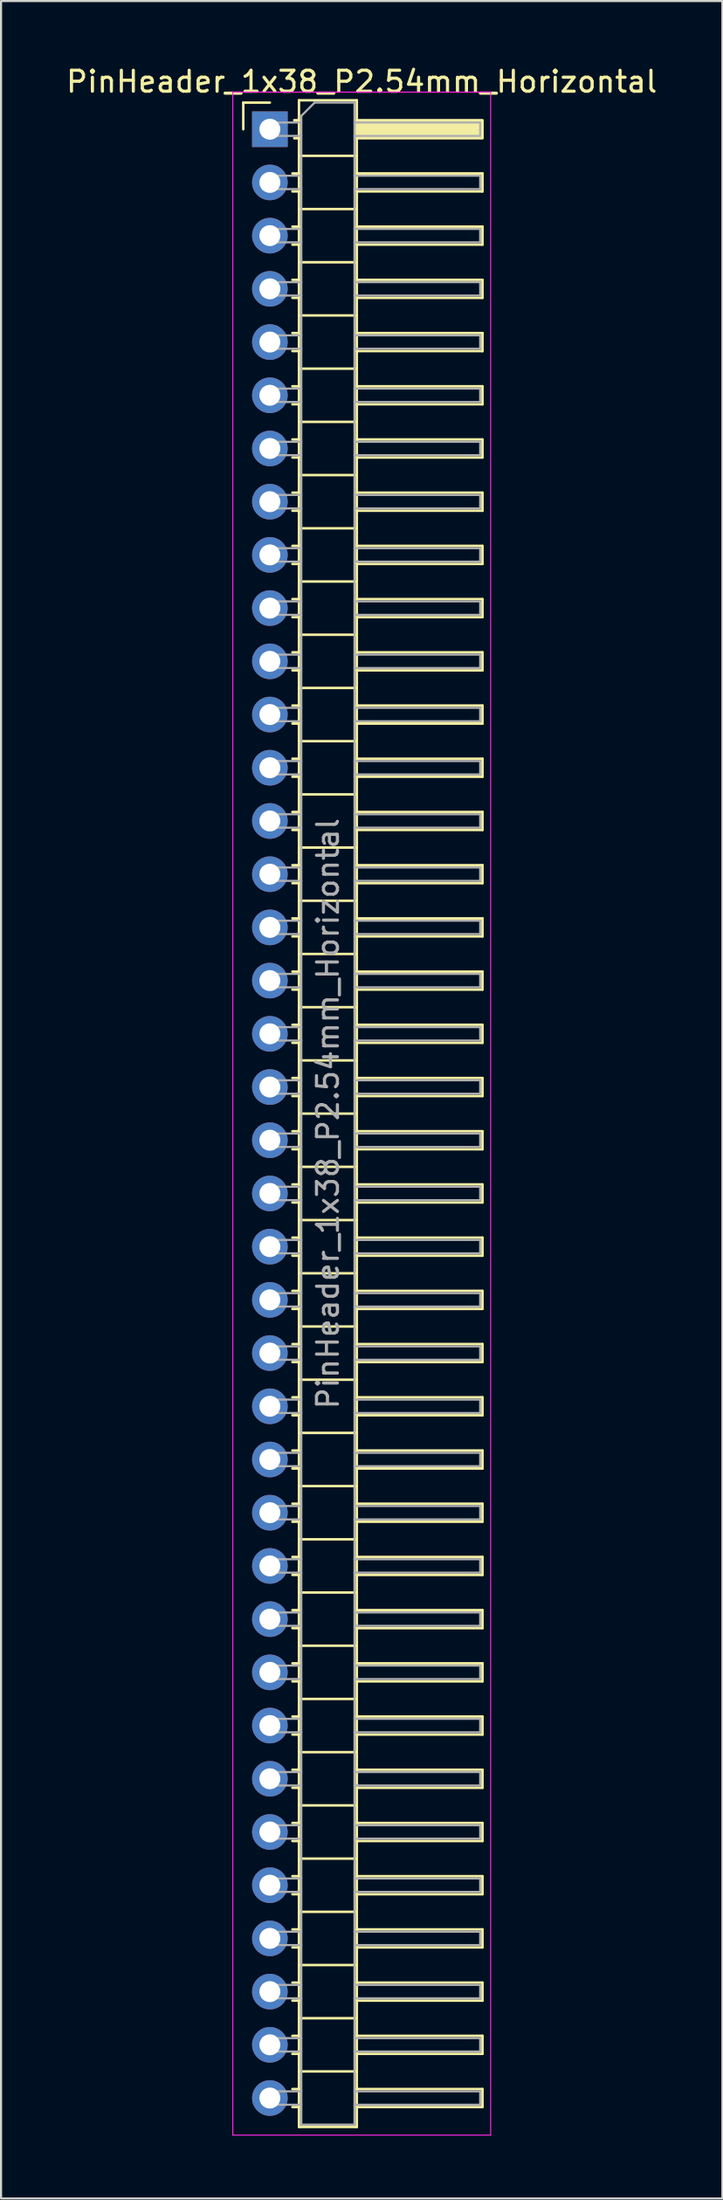
<source format=kicad_pcb>
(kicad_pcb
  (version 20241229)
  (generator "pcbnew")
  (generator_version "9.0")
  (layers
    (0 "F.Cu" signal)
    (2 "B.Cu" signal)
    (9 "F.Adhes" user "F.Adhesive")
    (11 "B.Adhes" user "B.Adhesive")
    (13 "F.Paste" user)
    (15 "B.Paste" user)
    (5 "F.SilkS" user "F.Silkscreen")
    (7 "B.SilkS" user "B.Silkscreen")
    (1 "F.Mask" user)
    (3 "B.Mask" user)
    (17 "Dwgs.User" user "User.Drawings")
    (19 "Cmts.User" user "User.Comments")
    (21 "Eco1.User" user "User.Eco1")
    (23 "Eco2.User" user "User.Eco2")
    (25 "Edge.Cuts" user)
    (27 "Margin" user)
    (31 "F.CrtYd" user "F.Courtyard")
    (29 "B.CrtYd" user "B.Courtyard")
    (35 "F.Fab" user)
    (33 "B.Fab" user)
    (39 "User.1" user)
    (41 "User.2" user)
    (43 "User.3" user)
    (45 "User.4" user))
  (footprint "PinHeader_1x38_P2.54mm_Horizontal"
    (layer "F.Cu")
    (at 9.835 3.118)
    (property "Reference" "PinHeader_1x38_P2.54mm_Horizontal" (at 4.385 -2.27 0) (layer "F.SilkS") (effects (font (size 1 1) (thickness 0.15))))
    (attr through_hole)
    (fp_line (start -1.27 -1.27) (end 0 -1.27) (stroke (width 0.12) (type solid)) (layer "F.SilkS"))
    (fp_line (start -1.27 0) (end -1.27 -1.27) (stroke (width 0.12) (type solid)) (layer "F.SilkS"))
    (fp_line (start 1.077 2.11) (end 1.39 2.11) (stroke (width 0.12) (type solid)) (layer "F.SilkS"))
    (fp_line (start 1.077 2.97) (end 1.39 2.97) (stroke (width 0.12) (type solid)) (layer "F.SilkS"))
    (fp_line (start 1.077 4.65) (end 1.39 4.65) (stroke (width 0.12) (type solid)) (layer "F.SilkS"))
    (fp_line (start 1.077 5.51) (end 1.39 5.51) (stroke (width 0.12) (type solid)) (layer "F.SilkS"))
    (fp_line (start 1.077 7.19) (end 1.39 7.19) (stroke (width 0.12) (type solid)) (layer "F.SilkS"))
    (fp_line (start 1.077 8.05) (end 1.39 8.05) (stroke (width 0.12) (type solid)) (layer "F.SilkS"))
    (fp_line (start 1.077 9.73) (end 1.39 9.73) (stroke (width 0.12) (type solid)) (layer "F.SilkS"))
    (fp_line (start 1.077 10.59) (end 1.39 10.59) (stroke (width 0.12) (type solid)) (layer "F.SilkS"))
    (fp_line (start 1.077 12.27) (end 1.39 12.27) (stroke (width 0.12) (type solid)) (layer "F.SilkS"))
    (fp_line (start 1.077 13.13) (end 1.39 13.13) (stroke (width 0.12) (type solid)) (layer "F.SilkS"))
    (fp_line (start 1.077 14.81) (end 1.39 14.81) (stroke (width 0.12) (type solid)) (layer "F.SilkS"))
    (fp_line (start 1.077 15.67) (end 1.39 15.67) (stroke (width 0.12) (type solid)) (layer "F.SilkS"))
    (fp_line (start 1.077 17.35) (end 1.39 17.35) (stroke (width 0.12) (type solid)) (layer "F.SilkS"))
    (fp_line (start 1.077 18.21) (end 1.39 18.21) (stroke (width 0.12) (type solid)) (layer "F.SilkS"))
    (fp_line (start 1.077 19.89) (end 1.39 19.89) (stroke (width 0.12) (type solid)) (layer "F.SilkS"))
    (fp_line (start 1.077 20.75) (end 1.39 20.75) (stroke (width 0.12) (type solid)) (layer "F.SilkS"))
    (fp_line (start 1.077 22.43) (end 1.39 22.43) (stroke (width 0.12) (type solid)) (layer "F.SilkS"))
    (fp_line (start 1.077 23.29) (end 1.39 23.29) (stroke (width 0.12) (type solid)) (layer "F.SilkS"))
    (fp_line (start 1.077 24.97) (end 1.39 24.97) (stroke (width 0.12) (type solid)) (layer "F.SilkS"))
    (fp_line (start 1.077 25.83) (end 1.39 25.83) (stroke (width 0.12) (type solid)) (layer "F.SilkS"))
    (fp_line (start 1.077 27.51) (end 1.39 27.51) (stroke (width 0.12) (type solid)) (layer "F.SilkS"))
    (fp_line (start 1.077 28.37) (end 1.39 28.37) (stroke (width 0.12) (type solid)) (layer "F.SilkS"))
    (fp_line (start 1.077 30.05) (end 1.39 30.05) (stroke (width 0.12) (type solid)) (layer "F.SilkS"))
    (fp_line (start 1.077 30.91) (end 1.39 30.91) (stroke (width 0.12) (type solid)) (layer "F.SilkS"))
    (fp_line (start 1.077 32.59) (end 1.39 32.59) (stroke (width 0.12) (type solid)) (layer "F.SilkS"))
    (fp_line (start 1.077 33.45) (end 1.39 33.45) (stroke (width 0.12) (type solid)) (layer "F.SilkS"))
    (fp_line (start 1.077 35.13) (end 1.39 35.13) (stroke (width 0.12) (type solid)) (layer "F.SilkS"))
    (fp_line (start 1.077 35.99) (end 1.39 35.99) (stroke (width 0.12) (type solid)) (layer "F.SilkS"))
    (fp_line (start 1.077 37.67) (end 1.39 37.67) (stroke (width 0.12) (type solid)) (layer "F.SilkS"))
    (fp_line (start 1.077 38.53) (end 1.39 38.53) (stroke (width 0.12) (type solid)) (layer "F.SilkS"))
    (fp_line (start 1.077 40.21) (end 1.39 40.21) (stroke (width 0.12) (type solid)) (layer "F.SilkS"))
    (fp_line (start 1.077 41.07) (end 1.39 41.07) (stroke (width 0.12) (type solid)) (layer "F.SilkS"))
    (fp_line (start 1.077 42.75) (end 1.39 42.75) (stroke (width 0.12) (type solid)) (layer "F.SilkS"))
    (fp_line (start 1.077 43.61) (end 1.39 43.61) (stroke (width 0.12) (type solid)) (layer "F.SilkS"))
    (fp_line (start 1.077 45.29) (end 1.39 45.29) (stroke (width 0.12) (type solid)) (layer "F.SilkS"))
    (fp_line (start 1.077 46.15) (end 1.39 46.15) (stroke (width 0.12) (type solid)) (layer "F.SilkS"))
    (fp_line (start 1.077 47.83) (end 1.39 47.83) (stroke (width 0.12) (type solid)) (layer "F.SilkS"))
    (fp_line (start 1.077 48.69) (end 1.39 48.69) (stroke (width 0.12) (type solid)) (layer "F.SilkS"))
    (fp_line (start 1.077 50.37) (end 1.39 50.37) (stroke (width 0.12) (type solid)) (layer "F.SilkS"))
    (fp_line (start 1.077 51.23) (end 1.39 51.23) (stroke (width 0.12) (type solid)) (layer "F.SilkS"))
    (fp_line (start 1.077 52.91) (end 1.39 52.91) (stroke (width 0.12) (type solid)) (layer "F.SilkS"))
    (fp_line (start 1.077 53.77) (end 1.39 53.77) (stroke (width 0.12) (type solid)) (layer "F.SilkS"))
    (fp_line (start 1.077 55.45) (end 1.39 55.45) (stroke (width 0.12) (type solid)) (layer "F.SilkS"))
    (fp_line (start 1.077 56.31) (end 1.39 56.31) (stroke (width 0.12) (type solid)) (layer "F.SilkS"))
    (fp_line (start 1.077 57.99) (end 1.39 57.99) (stroke (width 0.12) (type solid)) (layer "F.SilkS"))
    (fp_line (start 1.077 58.85) (end 1.39 58.85) (stroke (width 0.12) (type solid)) (layer "F.SilkS"))
    (fp_line (start 1.077 60.53) (end 1.39 60.53) (stroke (width 0.12) (type solid)) (layer "F.SilkS"))
    (fp_line (start 1.077 61.39) (end 1.39 61.39) (stroke (width 0.12) (type solid)) (layer "F.SilkS"))
    (fp_line (start 1.077 63.07) (end 1.39 63.07) (stroke (width 0.12) (type solid)) (layer "F.SilkS"))
    (fp_line (start 1.077 63.93) (end 1.39 63.93) (stroke (width 0.12) (type solid)) (layer "F.SilkS"))
    (fp_line (start 1.077 65.61) (end 1.39 65.61) (stroke (width 0.12) (type solid)) (layer "F.SilkS"))
    (fp_line (start 1.077 66.47) (end 1.39 66.47) (stroke (width 0.12) (type solid)) (layer "F.SilkS"))
    (fp_line (start 1.077 68.15) (end 1.39 68.15) (stroke (width 0.12) (type solid)) (layer "F.SilkS"))
    (fp_line (start 1.077 69.01) (end 1.39 69.01) (stroke (width 0.12) (type solid)) (layer "F.SilkS"))
    (fp_line (start 1.077 70.69) (end 1.39 70.69) (stroke (width 0.12) (type solid)) (layer "F.SilkS"))
    (fp_line (start 1.077 71.55) (end 1.39 71.55) (stroke (width 0.12) (type solid)) (layer "F.SilkS"))
    (fp_line (start 1.077 73.23) (end 1.39 73.23) (stroke (width 0.12) (type solid)) (layer "F.SilkS"))
    (fp_line (start 1.077 74.09) (end 1.39 74.09) (stroke (width 0.12) (type solid)) (layer "F.SilkS"))
    (fp_line (start 1.077 75.77) (end 1.39 75.77) (stroke (width 0.12) (type solid)) (layer "F.SilkS"))
    (fp_line (start 1.077 76.63) (end 1.39 76.63) (stroke (width 0.12) (type solid)) (layer "F.SilkS"))
    (fp_line (start 1.077 78.31) (end 1.39 78.31) (stroke (width 0.12) (type solid)) (layer "F.SilkS"))
    (fp_line (start 1.077 79.17) (end 1.39 79.17) (stroke (width 0.12) (type solid)) (layer "F.SilkS"))
    (fp_line (start 1.077 80.85) (end 1.39 80.85) (stroke (width 0.12) (type solid)) (layer "F.SilkS"))
    (fp_line (start 1.077 81.71) (end 1.39 81.71) (stroke (width 0.12) (type solid)) (layer "F.SilkS"))
    (fp_line (start 1.077 83.39) (end 1.39 83.39) (stroke (width 0.12) (type solid)) (layer "F.SilkS"))
    (fp_line (start 1.077 84.25) (end 1.39 84.25) (stroke (width 0.12) (type solid)) (layer "F.SilkS"))
    (fp_line (start 1.077 85.93) (end 1.39 85.93) (stroke (width 0.12) (type solid)) (layer "F.SilkS"))
    (fp_line (start 1.077 86.79) (end 1.39 86.79) (stroke (width 0.12) (type solid)) (layer "F.SilkS"))
    (fp_line (start 1.077 88.47) (end 1.39 88.47) (stroke (width 0.12) (type solid)) (layer "F.SilkS"))
    (fp_line (start 1.077 89.33) (end 1.39 89.33) (stroke (width 0.12) (type solid)) (layer "F.SilkS"))
    (fp_line (start 1.077 91.01) (end 1.39 91.01) (stroke (width 0.12) (type solid)) (layer "F.SilkS"))
    (fp_line (start 1.077 91.87) (end 1.39 91.87) (stroke (width 0.12) (type solid)) (layer "F.SilkS"))
    (fp_line (start 1.077 93.55) (end 1.39 93.55) (stroke (width 0.12) (type solid)) (layer "F.SilkS"))
    (fp_line (start 1.077 94.41) (end 1.39 94.41) (stroke (width 0.12) (type solid)) (layer "F.SilkS"))
    (fp_line (start 1.16 -0.43) (end 1.39 -0.43) (stroke (width 0.12) (type solid)) (layer "F.SilkS"))
    (fp_line (start 1.16 0.43) (end 1.39 0.43) (stroke (width 0.12) (type solid)) (layer "F.SilkS"))
    (fp_line (start 1.39 -1.38) (end 1.39 95.36) (stroke (width 0.12) (type solid)) (layer "F.SilkS"))
    (fp_line (start 1.39 1.27) (end 4.15 1.27) (stroke (width 0.12) (type solid)) (layer "F.SilkS"))
    (fp_line (start 1.39 3.81) (end 4.15 3.81) (stroke (width 0.12) (type solid)) (layer "F.SilkS"))
    (fp_line (start 1.39 6.35) (end 4.15 6.35) (stroke (width 0.12) (type solid)) (layer "F.SilkS"))
    (fp_line (start 1.39 8.89) (end 4.15 8.89) (stroke (width 0.12) (type solid)) (layer "F.SilkS"))
    (fp_line (start 1.39 11.43) (end 4.15 11.43) (stroke (width 0.12) (type solid)) (layer "F.SilkS"))
    (fp_line (start 1.39 13.97) (end 4.15 13.97) (stroke (width 0.12) (type solid)) (layer "F.SilkS"))
    (fp_line (start 1.39 16.51) (end 4.15 16.51) (stroke (width 0.12) (type solid)) (layer "F.SilkS"))
    (fp_line (start 1.39 19.05) (end 4.15 19.05) (stroke (width 0.12) (type solid)) (layer "F.SilkS"))
    (fp_line (start 1.39 21.59) (end 4.15 21.59) (stroke (width 0.12) (type solid)) (layer "F.SilkS"))
    (fp_line (start 1.39 24.13) (end 4.15 24.13) (stroke (width 0.12) (type solid)) (layer "F.SilkS"))
    (fp_line (start 1.39 26.67) (end 4.15 26.67) (stroke (width 0.12) (type solid)) (layer "F.SilkS"))
    (fp_line (start 1.39 29.21) (end 4.15 29.21) (stroke (width 0.12) (type solid)) (layer "F.SilkS"))
    (fp_line (start 1.39 31.75) (end 4.15 31.75) (stroke (width 0.12) (type solid)) (layer "F.SilkS"))
    (fp_line (start 1.39 34.29) (end 4.15 34.29) (stroke (width 0.12) (type solid)) (layer "F.SilkS"))
    (fp_line (start 1.39 36.83) (end 4.15 36.83) (stroke (width 0.12) (type solid)) (layer "F.SilkS"))
    (fp_line (start 1.39 39.37) (end 4.15 39.37) (stroke (width 0.12) (type solid)) (layer "F.SilkS"))
    (fp_line (start 1.39 41.91) (end 4.15 41.91) (stroke (width 0.12) (type solid)) (layer "F.SilkS"))
    (fp_line (start 1.39 44.45) (end 4.15 44.45) (stroke (width 0.12) (type solid)) (layer "F.SilkS"))
    (fp_line (start 1.39 46.99) (end 4.15 46.99) (stroke (width 0.12) (type solid)) (layer "F.SilkS"))
    (fp_line (start 1.39 49.53) (end 4.15 49.53) (stroke (width 0.12) (type solid)) (layer "F.SilkS"))
    (fp_line (start 1.39 52.07) (end 4.15 52.07) (stroke (width 0.12) (type solid)) (layer "F.SilkS"))
    (fp_line (start 1.39 54.61) (end 4.15 54.61) (stroke (width 0.12) (type solid)) (layer "F.SilkS"))
    (fp_line (start 1.39 57.15) (end 4.15 57.15) (stroke (width 0.12) (type solid)) (layer "F.SilkS"))
    (fp_line (start 1.39 59.69) (end 4.15 59.69) (stroke (width 0.12) (type solid)) (layer "F.SilkS"))
    (fp_line (start 1.39 62.23) (end 4.15 62.23) (stroke (width 0.12) (type solid)) (layer "F.SilkS"))
    (fp_line (start 1.39 64.77) (end 4.15 64.77) (stroke (width 0.12) (type solid)) (layer "F.SilkS"))
    (fp_line (start 1.39 67.31) (end 4.15 67.31) (stroke (width 0.12) (type solid)) (layer "F.SilkS"))
    (fp_line (start 1.39 69.85) (end 4.15 69.85) (stroke (width 0.12) (type solid)) (layer "F.SilkS"))
    (fp_line (start 1.39 72.39) (end 4.15 72.39) (stroke (width 0.12) (type solid)) (layer "F.SilkS"))
    (fp_line (start 1.39 74.93) (end 4.15 74.93) (stroke (width 0.12) (type solid)) (layer "F.SilkS"))
    (fp_line (start 1.39 77.47) (end 4.15 77.47) (stroke (width 0.12) (type solid)) (layer "F.SilkS"))
    (fp_line (start 1.39 80.01) (end 4.15 80.01) (stroke (width 0.12) (type solid)) (layer "F.SilkS"))
    (fp_line (start 1.39 82.55) (end 4.15 82.55) (stroke (width 0.12) (type solid)) (layer "F.SilkS"))
    (fp_line (start 1.39 85.09) (end 4.15 85.09) (stroke (width 0.12) (type solid)) (layer "F.SilkS"))
    (fp_line (start 1.39 87.63) (end 4.15 87.63) (stroke (width 0.12) (type solid)) (layer "F.SilkS"))
    (fp_line (start 1.39 90.17) (end 4.15 90.17) (stroke (width 0.12) (type solid)) (layer "F.SilkS"))
    (fp_line (start 1.39 92.71) (end 4.15 92.71) (stroke (width 0.12) (type solid)) (layer "F.SilkS"))
    (fp_line (start 1.39 95.36) (end 4.15 95.36) (stroke (width 0.12) (type solid)) (layer "F.SilkS"))
    (fp_line (start 4.15 -1.38) (end 1.39 -1.38) (stroke (width 0.12) (type solid)) (layer "F.SilkS"))
    (fp_line (start 4.15 2.11) (end 10.15 2.11) (stroke (width 0.12) (type solid)) (layer "F.SilkS"))
    (fp_line (start 4.15 4.65) (end 10.15 4.65) (stroke (width 0.12) (type solid)) (layer "F.SilkS"))
    (fp_line (start 4.15 7.19) (end 10.15 7.19) (stroke (width 0.12) (type solid)) (layer "F.SilkS"))
    (fp_line (start 4.15 9.73) (end 10.15 9.73) (stroke (width 0.12) (type solid)) (layer "F.SilkS"))
    (fp_line (start 4.15 12.27) (end 10.15 12.27) (stroke (width 0.12) (type solid)) (layer "F.SilkS"))
    (fp_line (start 4.15 14.81) (end 10.15 14.81) (stroke (width 0.12) (type solid)) (layer "F.SilkS"))
    (fp_line (start 4.15 17.35) (end 10.15 17.35) (stroke (width 0.12) (type solid)) (layer "F.SilkS"))
    (fp_line (start 4.15 19.89) (end 10.15 19.89) (stroke (width 0.12) (type solid)) (layer "F.SilkS"))
    (fp_line (start 4.15 22.43) (end 10.15 22.43) (stroke (width 0.12) (type solid)) (layer "F.SilkS"))
    (fp_line (start 4.15 24.97) (end 10.15 24.97) (stroke (width 0.12) (type solid)) (layer "F.SilkS"))
    (fp_line (start 4.15 27.51) (end 10.15 27.51) (stroke (width 0.12) (type solid)) (layer "F.SilkS"))
    (fp_line (start 4.15 30.05) (end 10.15 30.05) (stroke (width 0.12) (type solid)) (layer "F.SilkS"))
    (fp_line (start 4.15 32.59) (end 10.15 32.59) (stroke (width 0.12) (type solid)) (layer "F.SilkS"))
    (fp_line (start 4.15 35.13) (end 10.15 35.13) (stroke (width 0.12) (type solid)) (layer "F.SilkS"))
    (fp_line (start 4.15 37.67) (end 10.15 37.67) (stroke (width 0.12) (type solid)) (layer "F.SilkS"))
    (fp_line (start 4.15 40.21) (end 10.15 40.21) (stroke (width 0.12) (type solid)) (layer "F.SilkS"))
    (fp_line (start 4.15 42.75) (end 10.15 42.75) (stroke (width 0.12) (type solid)) (layer "F.SilkS"))
    (fp_line (start 4.15 45.29) (end 10.15 45.29) (stroke (width 0.12) (type solid)) (layer "F.SilkS"))
    (fp_line (start 4.15 47.83) (end 10.15 47.83) (stroke (width 0.12) (type solid)) (layer "F.SilkS"))
    (fp_line (start 4.15 50.37) (end 10.15 50.37) (stroke (width 0.12) (type solid)) (layer "F.SilkS"))
    (fp_line (start 4.15 52.91) (end 10.15 52.91) (stroke (width 0.12) (type solid)) (layer "F.SilkS"))
    (fp_line (start 4.15 55.45) (end 10.15 55.45) (stroke (width 0.12) (type solid)) (layer "F.SilkS"))
    (fp_line (start 4.15 57.99) (end 10.15 57.99) (stroke (width 0.12) (type solid)) (layer "F.SilkS"))
    (fp_line (start 4.15 60.53) (end 10.15 60.53) (stroke (width 0.12) (type solid)) (layer "F.SilkS"))
    (fp_line (start 4.15 63.07) (end 10.15 63.07) (stroke (width 0.12) (type solid)) (layer "F.SilkS"))
    (fp_line (start 4.15 65.61) (end 10.15 65.61) (stroke (width 0.12) (type solid)) (layer "F.SilkS"))
    (fp_line (start 4.15 68.15) (end 10.15 68.15) (stroke (width 0.12) (type solid)) (layer "F.SilkS"))
    (fp_line (start 4.15 70.69) (end 10.15 70.69) (stroke (width 0.12) (type solid)) (layer "F.SilkS"))
    (fp_line (start 4.15 73.23) (end 10.15 73.23) (stroke (width 0.12) (type solid)) (layer "F.SilkS"))
    (fp_line (start 4.15 75.77) (end 10.15 75.77) (stroke (width 0.12) (type solid)) (layer "F.SilkS"))
    (fp_line (start 4.15 78.31) (end 10.15 78.31) (stroke (width 0.12) (type solid)) (layer "F.SilkS"))
    (fp_line (start 4.15 80.85) (end 10.15 80.85) (stroke (width 0.12) (type solid)) (layer "F.SilkS"))
    (fp_line (start 4.15 83.39) (end 10.15 83.39) (stroke (width 0.12) (type solid)) (layer "F.SilkS"))
    (fp_line (start 4.15 85.93) (end 10.15 85.93) (stroke (width 0.12) (type solid)) (layer "F.SilkS"))
    (fp_line (start 4.15 88.47) (end 10.15 88.47) (stroke (width 0.12) (type solid)) (layer "F.SilkS"))
    (fp_line (start 4.15 91.01) (end 10.15 91.01) (stroke (width 0.12) (type solid)) (layer "F.SilkS"))
    (fp_line (start 4.15 93.55) (end 10.15 93.55) (stroke (width 0.12) (type solid)) (layer "F.SilkS"))
    (fp_line (start 4.15 95.36) (end 4.15 -1.38) (stroke (width 0.12) (type solid)) (layer "F.SilkS"))
    (fp_line (start 10.15 2.11) (end 10.15 2.97) (stroke (width 0.12) (type solid)) (layer "F.SilkS"))
    (fp_line (start 10.15 2.97) (end 4.15 2.97) (stroke (width 0.12) (type solid)) (layer "F.SilkS"))
    (fp_line (start 10.15 4.65) (end 10.15 5.51) (stroke (width 0.12) (type solid)) (layer "F.SilkS"))
    (fp_line (start 10.15 5.51) (end 4.15 5.51) (stroke (width 0.12) (type solid)) (layer "F.SilkS"))
    (fp_line (start 10.15 7.19) (end 10.15 8.05) (stroke (width 0.12) (type solid)) (layer "F.SilkS"))
    (fp_line (start 10.15 8.05) (end 4.15 8.05) (stroke (width 0.12) (type solid)) (layer "F.SilkS"))
    (fp_line (start 10.15 9.73) (end 10.15 10.59) (stroke (width 0.12) (type solid)) (layer "F.SilkS"))
    (fp_line (start 10.15 10.59) (end 4.15 10.59) (stroke (width 0.12) (type solid)) (layer "F.SilkS"))
    (fp_line (start 10.15 12.27) (end 10.15 13.13) (stroke (width 0.12) (type solid)) (layer "F.SilkS"))
    (fp_line (start 10.15 13.13) (end 4.15 13.13) (stroke (width 0.12) (type solid)) (layer "F.SilkS"))
    (fp_line (start 10.15 14.81) (end 10.15 15.67) (stroke (width 0.12) (type solid)) (layer "F.SilkS"))
    (fp_line (start 10.15 15.67) (end 4.15 15.67) (stroke (width 0.12) (type solid)) (layer "F.SilkS"))
    (fp_line (start 10.15 17.35) (end 10.15 18.21) (stroke (width 0.12) (type solid)) (layer "F.SilkS"))
    (fp_line (start 10.15 18.21) (end 4.15 18.21) (stroke (width 0.12) (type solid)) (layer "F.SilkS"))
    (fp_line (start 10.15 19.89) (end 10.15 20.75) (stroke (width 0.12) (type solid)) (layer "F.SilkS"))
    (fp_line (start 10.15 20.75) (end 4.15 20.75) (stroke (width 0.12) (type solid)) (layer "F.SilkS"))
    (fp_line (start 10.15 22.43) (end 10.15 23.29) (stroke (width 0.12) (type solid)) (layer "F.SilkS"))
    (fp_line (start 10.15 23.29) (end 4.15 23.29) (stroke (width 0.12) (type solid)) (layer "F.SilkS"))
    (fp_line (start 10.15 24.97) (end 10.15 25.83) (stroke (width 0.12) (type solid)) (layer "F.SilkS"))
    (fp_line (start 10.15 25.83) (end 4.15 25.83) (stroke (width 0.12) (type solid)) (layer "F.SilkS"))
    (fp_line (start 10.15 27.51) (end 10.15 28.37) (stroke (width 0.12) (type solid)) (layer "F.SilkS"))
    (fp_line (start 10.15 28.37) (end 4.15 28.37) (stroke (width 0.12) (type solid)) (layer "F.SilkS"))
    (fp_line (start 10.15 30.05) (end 10.15 30.91) (stroke (width 0.12) (type solid)) (layer "F.SilkS"))
    (fp_line (start 10.15 30.91) (end 4.15 30.91) (stroke (width 0.12) (type solid)) (layer "F.SilkS"))
    (fp_line (start 10.15 32.59) (end 10.15 33.45) (stroke (width 0.12) (type solid)) (layer "F.SilkS"))
    (fp_line (start 10.15 33.45) (end 4.15 33.45) (stroke (width 0.12) (type solid)) (layer "F.SilkS"))
    (fp_line (start 10.15 35.13) (end 10.15 35.99) (stroke (width 0.12) (type solid)) (layer "F.SilkS"))
    (fp_line (start 10.15 35.99) (end 4.15 35.99) (stroke (width 0.12) (type solid)) (layer "F.SilkS"))
    (fp_line (start 10.15 37.67) (end 10.15 38.53) (stroke (width 0.12) (type solid)) (layer "F.SilkS"))
    (fp_line (start 10.15 38.53) (end 4.15 38.53) (stroke (width 0.12) (type solid)) (layer "F.SilkS"))
    (fp_line (start 10.15 40.21) (end 10.15 41.07) (stroke (width 0.12) (type solid)) (layer "F.SilkS"))
    (fp_line (start 10.15 41.07) (end 4.15 41.07) (stroke (width 0.12) (type solid)) (layer "F.SilkS"))
    (fp_line (start 10.15 42.75) (end 10.15 43.61) (stroke (width 0.12) (type solid)) (layer "F.SilkS"))
    (fp_line (start 10.15 43.61) (end 4.15 43.61) (stroke (width 0.12) (type solid)) (layer "F.SilkS"))
    (fp_line (start 10.15 45.29) (end 10.15 46.15) (stroke (width 0.12) (type solid)) (layer "F.SilkS"))
    (fp_line (start 10.15 46.15) (end 4.15 46.15) (stroke (width 0.12) (type solid)) (layer "F.SilkS"))
    (fp_line (start 10.15 47.83) (end 10.15 48.69) (stroke (width 0.12) (type solid)) (layer "F.SilkS"))
    (fp_line (start 10.15 48.69) (end 4.15 48.69) (stroke (width 0.12) (type solid)) (layer "F.SilkS"))
    (fp_line (start 10.15 50.37) (end 10.15 51.23) (stroke (width 0.12) (type solid)) (layer "F.SilkS"))
    (fp_line (start 10.15 51.23) (end 4.15 51.23) (stroke (width 0.12) (type solid)) (layer "F.SilkS"))
    (fp_line (start 10.15 52.91) (end 10.15 53.77) (stroke (width 0.12) (type solid)) (layer "F.SilkS"))
    (fp_line (start 10.15 53.77) (end 4.15 53.77) (stroke (width 0.12) (type solid)) (layer "F.SilkS"))
    (fp_line (start 10.15 55.45) (end 10.15 56.31) (stroke (width 0.12) (type solid)) (layer "F.SilkS"))
    (fp_line (start 10.15 56.31) (end 4.15 56.31) (stroke (width 0.12) (type solid)) (layer "F.SilkS"))
    (fp_line (start 10.15 57.99) (end 10.15 58.85) (stroke (width 0.12) (type solid)) (layer "F.SilkS"))
    (fp_line (start 10.15 58.85) (end 4.15 58.85) (stroke (width 0.12) (type solid)) (layer "F.SilkS"))
    (fp_line (start 10.15 60.53) (end 10.15 61.39) (stroke (width 0.12) (type solid)) (layer "F.SilkS"))
    (fp_line (start 10.15 61.39) (end 4.15 61.39) (stroke (width 0.12) (type solid)) (layer "F.SilkS"))
    (fp_line (start 10.15 63.07) (end 10.15 63.93) (stroke (width 0.12) (type solid)) (layer "F.SilkS"))
    (fp_line (start 10.15 63.93) (end 4.15 63.93) (stroke (width 0.12) (type solid)) (layer "F.SilkS"))
    (fp_line (start 10.15 65.61) (end 10.15 66.47) (stroke (width 0.12) (type solid)) (layer "F.SilkS"))
    (fp_line (start 10.15 66.47) (end 4.15 66.47) (stroke (width 0.12) (type solid)) (layer "F.SilkS"))
    (fp_line (start 10.15 68.15) (end 10.15 69.01) (stroke (width 0.12) (type solid)) (layer "F.SilkS"))
    (fp_line (start 10.15 69.01) (end 4.15 69.01) (stroke (width 0.12) (type solid)) (layer "F.SilkS"))
    (fp_line (start 10.15 70.69) (end 10.15 71.55) (stroke (width 0.12) (type solid)) (layer "F.SilkS"))
    (fp_line (start 10.15 71.55) (end 4.15 71.55) (stroke (width 0.12) (type solid)) (layer "F.SilkS"))
    (fp_line (start 10.15 73.23) (end 10.15 74.09) (stroke (width 0.12) (type solid)) (layer "F.SilkS"))
    (fp_line (start 10.15 74.09) (end 4.15 74.09) (stroke (width 0.12) (type solid)) (layer "F.SilkS"))
    (fp_line (start 10.15 75.77) (end 10.15 76.63) (stroke (width 0.12) (type solid)) (layer "F.SilkS"))
    (fp_line (start 10.15 76.63) (end 4.15 76.63) (stroke (width 0.12) (type solid)) (layer "F.SilkS"))
    (fp_line (start 10.15 78.31) (end 10.15 79.17) (stroke (width 0.12) (type solid)) (layer "F.SilkS"))
    (fp_line (start 10.15 79.17) (end 4.15 79.17) (stroke (width 0.12) (type solid)) (layer "F.SilkS"))
    (fp_line (start 10.15 80.85) (end 10.15 81.71) (stroke (width 0.12) (type solid)) (layer "F.SilkS"))
    (fp_line (start 10.15 81.71) (end 4.15 81.71) (stroke (width 0.12) (type solid)) (layer "F.SilkS"))
    (fp_line (start 10.15 83.39) (end 10.15 84.25) (stroke (width 0.12) (type solid)) (layer "F.SilkS"))
    (fp_line (start 10.15 84.25) (end 4.15 84.25) (stroke (width 0.12) (type solid)) (layer "F.SilkS"))
    (fp_line (start 10.15 85.93) (end 10.15 86.79) (stroke (width 0.12) (type solid)) (layer "F.SilkS"))
    (fp_line (start 10.15 86.79) (end 4.15 86.79) (stroke (width 0.12) (type solid)) (layer "F.SilkS"))
    (fp_line (start 10.15 88.47) (end 10.15 89.33) (stroke (width 0.12) (type solid)) (layer "F.SilkS"))
    (fp_line (start 10.15 89.33) (end 4.15 89.33) (stroke (width 0.12) (type solid)) (layer "F.SilkS"))
    (fp_line (start 10.15 91.01) (end 10.15 91.87) (stroke (width 0.12) (type solid)) (layer "F.SilkS"))
    (fp_line (start 10.15 91.87) (end 4.15 91.87) (stroke (width 0.12) (type solid)) (layer "F.SilkS"))
    (fp_line (start 10.15 93.55) (end 10.15 94.41) (stroke (width 0.12) (type solid)) (layer "F.SilkS"))
    (fp_line (start 10.15 94.41) (end 4.15 94.41) (stroke (width 0.12) (type solid)) (layer "F.SilkS"))
    (fp_rect (start 4.15 -0.43) (end 10.15 0.43) (stroke (width 0.12) (type solid)) (fill yes) (layer "F.SilkS"))
    (fp_line (start -1.77 -1.77) (end -1.77 95.75) (stroke (width 0.05) (type solid)) (layer "F.CrtYd"))
    (fp_line (start -1.77 95.75) (end 10.54 95.75) (stroke (width 0.05) (type solid)) (layer "F.CrtYd"))
    (fp_line (start 10.54 -1.77) (end -1.77 -1.77) (stroke (width 0.05) (type solid)) (layer "F.CrtYd"))
    (fp_line (start 10.54 95.75) (end 10.54 -1.77) (stroke (width 0.05) (type solid)) (layer "F.CrtYd"))
    (fp_line (start -0.32 -0.32) (end -0.32 0.32) (stroke (width 0.1) (type solid)) (layer "F.Fab"))
    (fp_line (start -0.32 -0.32) (end 1.5 -0.32) (stroke (width 0.1) (type solid)) (layer "F.Fab"))
    (fp_line (start -0.32 0.32) (end 1.5 0.32) (stroke (width 0.1) (type solid)) (layer "F.Fab"))
    (fp_line (start -0.32 2.22) (end -0.32 2.86) (stroke (width 0.1) (type solid)) (layer "F.Fab"))
    (fp_line (start -0.32 2.22) (end 1.5 2.22) (stroke (width 0.1) (type solid)) (layer "F.Fab"))
    (fp_line (start -0.32 2.86) (end 1.5 2.86) (stroke (width 0.1) (type solid)) (layer "F.Fab"))
    (fp_line (start -0.32 4.76) (end -0.32 5.4) (stroke (width 0.1) (type solid)) (layer "F.Fab"))
    (fp_line (start -0.32 4.76) (end 1.5 4.76) (stroke (width 0.1) (type solid)) (layer "F.Fab"))
    (fp_line (start -0.32 5.4) (end 1.5 5.4) (stroke (width 0.1) (type solid)) (layer "F.Fab"))
    (fp_line (start -0.32 7.3) (end -0.32 7.94) (stroke (width 0.1) (type solid)) (layer "F.Fab"))
    (fp_line (start -0.32 7.3) (end 1.5 7.3) (stroke (width 0.1) (type solid)) (layer "F.Fab"))
    (fp_line (start -0.32 7.94) (end 1.5 7.94) (stroke (width 0.1) (type solid)) (layer "F.Fab"))
    (fp_line (start -0.32 9.84) (end -0.32 10.48) (stroke (width 0.1) (type solid)) (layer "F.Fab"))
    (fp_line (start -0.32 9.84) (end 1.5 9.84) (stroke (width 0.1) (type solid)) (layer "F.Fab"))
    (fp_line (start -0.32 10.48) (end 1.5 10.48) (stroke (width 0.1) (type solid)) (layer "F.Fab"))
    (fp_line (start -0.32 12.38) (end -0.32 13.02) (stroke (width 0.1) (type solid)) (layer "F.Fab"))
    (fp_line (start -0.32 12.38) (end 1.5 12.38) (stroke (width 0.1) (type solid)) (layer "F.Fab"))
    (fp_line (start -0.32 13.02) (end 1.5 13.02) (stroke (width 0.1) (type solid)) (layer "F.Fab"))
    (fp_line (start -0.32 14.92) (end -0.32 15.56) (stroke (width 0.1) (type solid)) (layer "F.Fab"))
    (fp_line (start -0.32 14.92) (end 1.5 14.92) (stroke (width 0.1) (type solid)) (layer "F.Fab"))
    (fp_line (start -0.32 15.56) (end 1.5 15.56) (stroke (width 0.1) (type solid)) (layer "F.Fab"))
    (fp_line (start -0.32 17.46) (end -0.32 18.1) (stroke (width 0.1) (type solid)) (layer "F.Fab"))
    (fp_line (start -0.32 17.46) (end 1.5 17.46) (stroke (width 0.1) (type solid)) (layer "F.Fab"))
    (fp_line (start -0.32 18.1) (end 1.5 18.1) (stroke (width 0.1) (type solid)) (layer "F.Fab"))
    (fp_line (start -0.32 20) (end -0.32 20.64) (stroke (width 0.1) (type solid)) (layer "F.Fab"))
    (fp_line (start -0.32 20) (end 1.5 20) (stroke (width 0.1) (type solid)) (layer "F.Fab"))
    (fp_line (start -0.32 20.64) (end 1.5 20.64) (stroke (width 0.1) (type solid)) (layer "F.Fab"))
    (fp_line (start -0.32 22.54) (end -0.32 23.18) (stroke (width 0.1) (type solid)) (layer "F.Fab"))
    (fp_line (start -0.32 22.54) (end 1.5 22.54) (stroke (width 0.1) (type solid)) (layer "F.Fab"))
    (fp_line (start -0.32 23.18) (end 1.5 23.18) (stroke (width 0.1) (type solid)) (layer "F.Fab"))
    (fp_line (start -0.32 25.08) (end -0.32 25.72) (stroke (width 0.1) (type solid)) (layer "F.Fab"))
    (fp_line (start -0.32 25.08) (end 1.5 25.08) (stroke (width 0.1) (type solid)) (layer "F.Fab"))
    (fp_line (start -0.32 25.72) (end 1.5 25.72) (stroke (width 0.1) (type solid)) (layer "F.Fab"))
    (fp_line (start -0.32 27.62) (end -0.32 28.26) (stroke (width 0.1) (type solid)) (layer "F.Fab"))
    (fp_line (start -0.32 27.62) (end 1.5 27.62) (stroke (width 0.1) (type solid)) (layer "F.Fab"))
    (fp_line (start -0.32 28.26) (end 1.5 28.26) (stroke (width 0.1) (type solid)) (layer "F.Fab"))
    (fp_line (start -0.32 30.16) (end -0.32 30.8) (stroke (width 0.1) (type solid)) (layer "F.Fab"))
    (fp_line (start -0.32 30.16) (end 1.5 30.16) (stroke (width 0.1) (type solid)) (layer "F.Fab"))
    (fp_line (start -0.32 30.8) (end 1.5 30.8) (stroke (width 0.1) (type solid)) (layer "F.Fab"))
    (fp_line (start -0.32 32.7) (end -0.32 33.34) (stroke (width 0.1) (type solid)) (layer "F.Fab"))
    (fp_line (start -0.32 32.7) (end 1.5 32.7) (stroke (width 0.1) (type solid)) (layer "F.Fab"))
    (fp_line (start -0.32 33.34) (end 1.5 33.34) (stroke (width 0.1) (type solid)) (layer "F.Fab"))
    (fp_line (start -0.32 35.24) (end -0.32 35.88) (stroke (width 0.1) (type solid)) (layer "F.Fab"))
    (fp_line (start -0.32 35.24) (end 1.5 35.24) (stroke (width 0.1) (type solid)) (layer "F.Fab"))
    (fp_line (start -0.32 35.88) (end 1.5 35.88) (stroke (width 0.1) (type solid)) (layer "F.Fab"))
    (fp_line (start -0.32 37.78) (end -0.32 38.42) (stroke (width 0.1) (type solid)) (layer "F.Fab"))
    (fp_line (start -0.32 37.78) (end 1.5 37.78) (stroke (width 0.1) (type solid)) (layer "F.Fab"))
    (fp_line (start -0.32 38.42) (end 1.5 38.42) (stroke (width 0.1) (type solid)) (layer "F.Fab"))
    (fp_line (start -0.32 40.32) (end -0.32 40.96) (stroke (width 0.1) (type solid)) (layer "F.Fab"))
    (fp_line (start -0.32 40.32) (end 1.5 40.32) (stroke (width 0.1) (type solid)) (layer "F.Fab"))
    (fp_line (start -0.32 40.96) (end 1.5 40.96) (stroke (width 0.1) (type solid)) (layer "F.Fab"))
    (fp_line (start -0.32 42.86) (end -0.32 43.5) (stroke (width 0.1) (type solid)) (layer "F.Fab"))
    (fp_line (start -0.32 42.86) (end 1.5 42.86) (stroke (width 0.1) (type solid)) (layer "F.Fab"))
    (fp_line (start -0.32 43.5) (end 1.5 43.5) (stroke (width 0.1) (type solid)) (layer "F.Fab"))
    (fp_line (start -0.32 45.4) (end -0.32 46.04) (stroke (width 0.1) (type solid)) (layer "F.Fab"))
    (fp_line (start -0.32 45.4) (end 1.5 45.4) (stroke (width 0.1) (type solid)) (layer "F.Fab"))
    (fp_line (start -0.32 46.04) (end 1.5 46.04) (stroke (width 0.1) (type solid)) (layer "F.Fab"))
    (fp_line (start -0.32 47.94) (end -0.32 48.58) (stroke (width 0.1) (type solid)) (layer "F.Fab"))
    (fp_line (start -0.32 47.94) (end 1.5 47.94) (stroke (width 0.1) (type solid)) (layer "F.Fab"))
    (fp_line (start -0.32 48.58) (end 1.5 48.58) (stroke (width 0.1) (type solid)) (layer "F.Fab"))
    (fp_line (start -0.32 50.48) (end -0.32 51.12) (stroke (width 0.1) (type solid)) (layer "F.Fab"))
    (fp_line (start -0.32 50.48) (end 1.5 50.48) (stroke (width 0.1) (type solid)) (layer "F.Fab"))
    (fp_line (start -0.32 51.12) (end 1.5 51.12) (stroke (width 0.1) (type solid)) (layer "F.Fab"))
    (fp_line (start -0.32 53.02) (end -0.32 53.66) (stroke (width 0.1) (type solid)) (layer "F.Fab"))
    (fp_line (start -0.32 53.02) (end 1.5 53.02) (stroke (width 0.1) (type solid)) (layer "F.Fab"))
    (fp_line (start -0.32 53.66) (end 1.5 53.66) (stroke (width 0.1) (type solid)) (layer "F.Fab"))
    (fp_line (start -0.32 55.56) (end -0.32 56.2) (stroke (width 0.1) (type solid)) (layer "F.Fab"))
    (fp_line (start -0.32 55.56) (end 1.5 55.56) (stroke (width 0.1) (type solid)) (layer "F.Fab"))
    (fp_line (start -0.32 56.2) (end 1.5 56.2) (stroke (width 0.1) (type solid)) (layer "F.Fab"))
    (fp_line (start -0.32 58.1) (end -0.32 58.74) (stroke (width 0.1) (type solid)) (layer "F.Fab"))
    (fp_line (start -0.32 58.1) (end 1.5 58.1) (stroke (width 0.1) (type solid)) (layer "F.Fab"))
    (fp_line (start -0.32 58.74) (end 1.5 58.74) (stroke (width 0.1) (type solid)) (layer "F.Fab"))
    (fp_line (start -0.32 60.64) (end -0.32 61.28) (stroke (width 0.1) (type solid)) (layer "F.Fab"))
    (fp_line (start -0.32 60.64) (end 1.5 60.64) (stroke (width 0.1) (type solid)) (layer "F.Fab"))
    (fp_line (start -0.32 61.28) (end 1.5 61.28) (stroke (width 0.1) (type solid)) (layer "F.Fab"))
    (fp_line (start -0.32 63.18) (end -0.32 63.82) (stroke (width 0.1) (type solid)) (layer "F.Fab"))
    (fp_line (start -0.32 63.18) (end 1.5 63.18) (stroke (width 0.1) (type solid)) (layer "F.Fab"))
    (fp_line (start -0.32 63.82) (end 1.5 63.82) (stroke (width 0.1) (type solid)) (layer "F.Fab"))
    (fp_line (start -0.32 65.72) (end -0.32 66.36) (stroke (width 0.1) (type solid)) (layer "F.Fab"))
    (fp_line (start -0.32 65.72) (end 1.5 65.72) (stroke (width 0.1) (type solid)) (layer "F.Fab"))
    (fp_line (start -0.32 66.36) (end 1.5 66.36) (stroke (width 0.1) (type solid)) (layer "F.Fab"))
    (fp_line (start -0.32 68.26) (end -0.32 68.9) (stroke (width 0.1) (type solid)) (layer "F.Fab"))
    (fp_line (start -0.32 68.26) (end 1.5 68.26) (stroke (width 0.1) (type solid)) (layer "F.Fab"))
    (fp_line (start -0.32 68.9) (end 1.5 68.9) (stroke (width 0.1) (type solid)) (layer "F.Fab"))
    (fp_line (start -0.32 70.8) (end -0.32 71.44) (stroke (width 0.1) (type solid)) (layer "F.Fab"))
    (fp_line (start -0.32 70.8) (end 1.5 70.8) (stroke (width 0.1) (type solid)) (layer "F.Fab"))
    (fp_line (start -0.32 71.44) (end 1.5 71.44) (stroke (width 0.1) (type solid)) (layer "F.Fab"))
    (fp_line (start -0.32 73.34) (end -0.32 73.98) (stroke (width 0.1) (type solid)) (layer "F.Fab"))
    (fp_line (start -0.32 73.34) (end 1.5 73.34) (stroke (width 0.1) (type solid)) (layer "F.Fab"))
    (fp_line (start -0.32 73.98) (end 1.5 73.98) (stroke (width 0.1) (type solid)) (layer "F.Fab"))
    (fp_line (start -0.32 75.88) (end -0.32 76.52) (stroke (width 0.1) (type solid)) (layer "F.Fab"))
    (fp_line (start -0.32 75.88) (end 1.5 75.88) (stroke (width 0.1) (type solid)) (layer "F.Fab"))
    (fp_line (start -0.32 76.52) (end 1.5 76.52) (stroke (width 0.1) (type solid)) (layer "F.Fab"))
    (fp_line (start -0.32 78.42) (end -0.32 79.06) (stroke (width 0.1) (type solid)) (layer "F.Fab"))
    (fp_line (start -0.32 78.42) (end 1.5 78.42) (stroke (width 0.1) (type solid)) (layer "F.Fab"))
    (fp_line (start -0.32 79.06) (end 1.5 79.06) (stroke (width 0.1) (type solid)) (layer "F.Fab"))
    (fp_line (start -0.32 80.96) (end -0.32 81.6) (stroke (width 0.1) (type solid)) (layer "F.Fab"))
    (fp_line (start -0.32 80.96) (end 1.5 80.96) (stroke (width 0.1) (type solid)) (layer "F.Fab"))
    (fp_line (start -0.32 81.6) (end 1.5 81.6) (stroke (width 0.1) (type solid)) (layer "F.Fab"))
    (fp_line (start -0.32 83.5) (end -0.32 84.14) (stroke (width 0.1) (type solid)) (layer "F.Fab"))
    (fp_line (start -0.32 83.5) (end 1.5 83.5) (stroke (width 0.1) (type solid)) (layer "F.Fab"))
    (fp_line (start -0.32 84.14) (end 1.5 84.14) (stroke (width 0.1) (type solid)) (layer "F.Fab"))
    (fp_line (start -0.32 86.04) (end -0.32 86.68) (stroke (width 0.1) (type solid)) (layer "F.Fab"))
    (fp_line (start -0.32 86.04) (end 1.5 86.04) (stroke (width 0.1) (type solid)) (layer "F.Fab"))
    (fp_line (start -0.32 86.68) (end 1.5 86.68) (stroke (width 0.1) (type solid)) (layer "F.Fab"))
    (fp_line (start -0.32 88.58) (end -0.32 89.22) (stroke (width 0.1) (type solid)) (layer "F.Fab"))
    (fp_line (start -0.32 88.58) (end 1.5 88.58) (stroke (width 0.1) (type solid)) (layer "F.Fab"))
    (fp_line (start -0.32 89.22) (end 1.5 89.22) (stroke (width 0.1) (type solid)) (layer "F.Fab"))
    (fp_line (start -0.32 91.12) (end -0.32 91.76) (stroke (width 0.1) (type solid)) (layer "F.Fab"))
    (fp_line (start -0.32 91.12) (end 1.5 91.12) (stroke (width 0.1) (type solid)) (layer "F.Fab"))
    (fp_line (start -0.32 91.76) (end 1.5 91.76) (stroke (width 0.1) (type solid)) (layer "F.Fab"))
    (fp_line (start -0.32 93.66) (end -0.32 94.3) (stroke (width 0.1) (type solid)) (layer "F.Fab"))
    (fp_line (start -0.32 93.66) (end 1.5 93.66) (stroke (width 0.1) (type solid)) (layer "F.Fab"))
    (fp_line (start -0.32 94.3) (end 1.5 94.3) (stroke (width 0.1) (type solid)) (layer "F.Fab"))
    (fp_line (start 1.5 -0.635) (end 2.135 -1.27) (stroke (width 0.1) (type solid)) (layer "F.Fab"))
    (fp_line (start 1.5 95.25) (end 1.5 -0.635) (stroke (width 0.1) (type solid)) (layer "F.Fab"))
    (fp_line (start 2.135 -1.27) (end 4.04 -1.27) (stroke (width 0.1) (type solid)) (layer "F.Fab"))
    (fp_line (start 4.04 -1.27) (end 4.04 95.25) (stroke (width 0.1) (type solid)) (layer "F.Fab"))
    (fp_line (start 4.04 -0.32) (end 10.04 -0.32) (stroke (width 0.1) (type solid)) (layer "F.Fab"))
    (fp_line (start 4.04 0.32) (end 10.04 0.32) (stroke (width 0.1) (type solid)) (layer "F.Fab"))
    (fp_line (start 4.04 2.22) (end 10.04 2.22) (stroke (width 0.1) (type solid)) (layer "F.Fab"))
    (fp_line (start 4.04 2.86) (end 10.04 2.86) (stroke (width 0.1) (type solid)) (layer "F.Fab"))
    (fp_line (start 4.04 4.76) (end 10.04 4.76) (stroke (width 0.1) (type solid)) (layer "F.Fab"))
    (fp_line (start 4.04 5.4) (end 10.04 5.4) (stroke (width 0.1) (type solid)) (layer "F.Fab"))
    (fp_line (start 4.04 7.3) (end 10.04 7.3) (stroke (width 0.1) (type solid)) (layer "F.Fab"))
    (fp_line (start 4.04 7.94) (end 10.04 7.94) (stroke (width 0.1) (type solid)) (layer "F.Fab"))
    (fp_line (start 4.04 9.84) (end 10.04 9.84) (stroke (width 0.1) (type solid)) (layer "F.Fab"))
    (fp_line (start 4.04 10.48) (end 10.04 10.48) (stroke (width 0.1) (type solid)) (layer "F.Fab"))
    (fp_line (start 4.04 12.38) (end 10.04 12.38) (stroke (width 0.1) (type solid)) (layer "F.Fab"))
    (fp_line (start 4.04 13.02) (end 10.04 13.02) (stroke (width 0.1) (type solid)) (layer "F.Fab"))
    (fp_line (start 4.04 14.92) (end 10.04 14.92) (stroke (width 0.1) (type solid)) (layer "F.Fab"))
    (fp_line (start 4.04 15.56) (end 10.04 15.56) (stroke (width 0.1) (type solid)) (layer "F.Fab"))
    (fp_line (start 4.04 17.46) (end 10.04 17.46) (stroke (width 0.1) (type solid)) (layer "F.Fab"))
    (fp_line (start 4.04 18.1) (end 10.04 18.1) (stroke (width 0.1) (type solid)) (layer "F.Fab"))
    (fp_line (start 4.04 20) (end 10.04 20) (stroke (width 0.1) (type solid)) (layer "F.Fab"))
    (fp_line (start 4.04 20.64) (end 10.04 20.64) (stroke (width 0.1) (type solid)) (layer "F.Fab"))
    (fp_line (start 4.04 22.54) (end 10.04 22.54) (stroke (width 0.1) (type solid)) (layer "F.Fab"))
    (fp_line (start 4.04 23.18) (end 10.04 23.18) (stroke (width 0.1) (type solid)) (layer "F.Fab"))
    (fp_line (start 4.04 25.08) (end 10.04 25.08) (stroke (width 0.1) (type solid)) (layer "F.Fab"))
    (fp_line (start 4.04 25.72) (end 10.04 25.72) (stroke (width 0.1) (type solid)) (layer "F.Fab"))
    (fp_line (start 4.04 27.62) (end 10.04 27.62) (stroke (width 0.1) (type solid)) (layer "F.Fab"))
    (fp_line (start 4.04 28.26) (end 10.04 28.26) (stroke (width 0.1) (type solid)) (layer "F.Fab"))
    (fp_line (start 4.04 30.16) (end 10.04 30.16) (stroke (width 0.1) (type solid)) (layer "F.Fab"))
    (fp_line (start 4.04 30.8) (end 10.04 30.8) (stroke (width 0.1) (type solid)) (layer "F.Fab"))
    (fp_line (start 4.04 32.7) (end 10.04 32.7) (stroke (width 0.1) (type solid)) (layer "F.Fab"))
    (fp_line (start 4.04 33.34) (end 10.04 33.34) (stroke (width 0.1) (type solid)) (layer "F.Fab"))
    (fp_line (start 4.04 35.24) (end 10.04 35.24) (stroke (width 0.1) (type solid)) (layer "F.Fab"))
    (fp_line (start 4.04 35.88) (end 10.04 35.88) (stroke (width 0.1) (type solid)) (layer "F.Fab"))
    (fp_line (start 4.04 37.78) (end 10.04 37.78) (stroke (width 0.1) (type solid)) (layer "F.Fab"))
    (fp_line (start 4.04 38.42) (end 10.04 38.42) (stroke (width 0.1) (type solid)) (layer "F.Fab"))
    (fp_line (start 4.04 40.32) (end 10.04 40.32) (stroke (width 0.1) (type solid)) (layer "F.Fab"))
    (fp_line (start 4.04 40.96) (end 10.04 40.96) (stroke (width 0.1) (type solid)) (layer "F.Fab"))
    (fp_line (start 4.04 42.86) (end 10.04 42.86) (stroke (width 0.1) (type solid)) (layer "F.Fab"))
    (fp_line (start 4.04 43.5) (end 10.04 43.5) (stroke (width 0.1) (type solid)) (layer "F.Fab"))
    (fp_line (start 4.04 45.4) (end 10.04 45.4) (stroke (width 0.1) (type solid)) (layer "F.Fab"))
    (fp_line (start 4.04 46.04) (end 10.04 46.04) (stroke (width 0.1) (type solid)) (layer "F.Fab"))
    (fp_line (start 4.04 47.94) (end 10.04 47.94) (stroke (width 0.1) (type solid)) (layer "F.Fab"))
    (fp_line (start 4.04 48.58) (end 10.04 48.58) (stroke (width 0.1) (type solid)) (layer "F.Fab"))
    (fp_line (start 4.04 50.48) (end 10.04 50.48) (stroke (width 0.1) (type solid)) (layer "F.Fab"))
    (fp_line (start 4.04 51.12) (end 10.04 51.12) (stroke (width 0.1) (type solid)) (layer "F.Fab"))
    (fp_line (start 4.04 53.02) (end 10.04 53.02) (stroke (width 0.1) (type solid)) (layer "F.Fab"))
    (fp_line (start 4.04 53.66) (end 10.04 53.66) (stroke (width 0.1) (type solid)) (layer "F.Fab"))
    (fp_line (start 4.04 55.56) (end 10.04 55.56) (stroke (width 0.1) (type solid)) (layer "F.Fab"))
    (fp_line (start 4.04 56.2) (end 10.04 56.2) (stroke (width 0.1) (type solid)) (layer "F.Fab"))
    (fp_line (start 4.04 58.1) (end 10.04 58.1) (stroke (width 0.1) (type solid)) (layer "F.Fab"))
    (fp_line (start 4.04 58.74) (end 10.04 58.74) (stroke (width 0.1) (type solid)) (layer "F.Fab"))
    (fp_line (start 4.04 60.64) (end 10.04 60.64) (stroke (width 0.1) (type solid)) (layer "F.Fab"))
    (fp_line (start 4.04 61.28) (end 10.04 61.28) (stroke (width 0.1) (type solid)) (layer "F.Fab"))
    (fp_line (start 4.04 63.18) (end 10.04 63.18) (stroke (width 0.1) (type solid)) (layer "F.Fab"))
    (fp_line (start 4.04 63.82) (end 10.04 63.82) (stroke (width 0.1) (type solid)) (layer "F.Fab"))
    (fp_line (start 4.04 65.72) (end 10.04 65.72) (stroke (width 0.1) (type solid)) (layer "F.Fab"))
    (fp_line (start 4.04 66.36) (end 10.04 66.36) (stroke (width 0.1) (type solid)) (layer "F.Fab"))
    (fp_line (start 4.04 68.26) (end 10.04 68.26) (stroke (width 0.1) (type solid)) (layer "F.Fab"))
    (fp_line (start 4.04 68.9) (end 10.04 68.9) (stroke (width 0.1) (type solid)) (layer "F.Fab"))
    (fp_line (start 4.04 70.8) (end 10.04 70.8) (stroke (width 0.1) (type solid)) (layer "F.Fab"))
    (fp_line (start 4.04 71.44) (end 10.04 71.44) (stroke (width 0.1) (type solid)) (layer "F.Fab"))
    (fp_line (start 4.04 73.34) (end 10.04 73.34) (stroke (width 0.1) (type solid)) (layer "F.Fab"))
    (fp_line (start 4.04 73.98) (end 10.04 73.98) (stroke (width 0.1) (type solid)) (layer "F.Fab"))
    (fp_line (start 4.04 75.88) (end 10.04 75.88) (stroke (width 0.1) (type solid)) (layer "F.Fab"))
    (fp_line (start 4.04 76.52) (end 10.04 76.52) (stroke (width 0.1) (type solid)) (layer "F.Fab"))
    (fp_line (start 4.04 78.42) (end 10.04 78.42) (stroke (width 0.1) (type solid)) (layer "F.Fab"))
    (fp_line (start 4.04 79.06) (end 10.04 79.06) (stroke (width 0.1) (type solid)) (layer "F.Fab"))
    (fp_line (start 4.04 80.96) (end 10.04 80.96) (stroke (width 0.1) (type solid)) (layer "F.Fab"))
    (fp_line (start 4.04 81.6) (end 10.04 81.6) (stroke (width 0.1) (type solid)) (layer "F.Fab"))
    (fp_line (start 4.04 83.5) (end 10.04 83.5) (stroke (width 0.1) (type solid)) (layer "F.Fab"))
    (fp_line (start 4.04 84.14) (end 10.04 84.14) (stroke (width 0.1) (type solid)) (layer "F.Fab"))
    (fp_line (start 4.04 86.04) (end 10.04 86.04) (stroke (width 0.1) (type solid)) (layer "F.Fab"))
    (fp_line (start 4.04 86.68) (end 10.04 86.68) (stroke (width 0.1) (type solid)) (layer "F.Fab"))
    (fp_line (start 4.04 88.58) (end 10.04 88.58) (stroke (width 0.1) (type solid)) (layer "F.Fab"))
    (fp_line (start 4.04 89.22) (end 10.04 89.22) (stroke (width 0.1) (type solid)) (layer "F.Fab"))
    (fp_line (start 4.04 91.12) (end 10.04 91.12) (stroke (width 0.1) (type solid)) (layer "F.Fab"))
    (fp_line (start 4.04 91.76) (end 10.04 91.76) (stroke (width 0.1) (type solid)) (layer "F.Fab"))
    (fp_line (start 4.04 93.66) (end 10.04 93.66) (stroke (width 0.1) (type solid)) (layer "F.Fab"))
    (fp_line (start 4.04 94.3) (end 10.04 94.3) (stroke (width 0.1) (type solid)) (layer "F.Fab"))
    (fp_line (start 4.04 95.25) (end 1.5 95.25) (stroke (width 0.1) (type solid)) (layer "F.Fab"))
    (fp_line (start 10.04 -0.32) (end 10.04 0.32) (stroke (width 0.1) (type solid)) (layer "F.Fab"))
    (fp_line (start 10.04 2.22) (end 10.04 2.86) (stroke (width 0.1) (type solid)) (layer "F.Fab"))
    (fp_line (start 10.04 4.76) (end 10.04 5.4) (stroke (width 0.1) (type solid)) (layer "F.Fab"))
    (fp_line (start 10.04 7.3) (end 10.04 7.94) (stroke (width 0.1) (type solid)) (layer "F.Fab"))
    (fp_line (start 10.04 9.84) (end 10.04 10.48) (stroke (width 0.1) (type solid)) (layer "F.Fab"))
    (fp_line (start 10.04 12.38) (end 10.04 13.02) (stroke (width 0.1) (type solid)) (layer "F.Fab"))
    (fp_line (start 10.04 14.92) (end 10.04 15.56) (stroke (width 0.1) (type solid)) (layer "F.Fab"))
    (fp_line (start 10.04 17.46) (end 10.04 18.1) (stroke (width 0.1) (type solid)) (layer "F.Fab"))
    (fp_line (start 10.04 20) (end 10.04 20.64) (stroke (width 0.1) (type solid)) (layer "F.Fab"))
    (fp_line (start 10.04 22.54) (end 10.04 23.18) (stroke (width 0.1) (type solid)) (layer "F.Fab"))
    (fp_line (start 10.04 25.08) (end 10.04 25.72) (stroke (width 0.1) (type solid)) (layer "F.Fab"))
    (fp_line (start 10.04 27.62) (end 10.04 28.26) (stroke (width 0.1) (type solid)) (layer "F.Fab"))
    (fp_line (start 10.04 30.16) (end 10.04 30.8) (stroke (width 0.1) (type solid)) (layer "F.Fab"))
    (fp_line (start 10.04 32.7) (end 10.04 33.34) (stroke (width 0.1) (type solid)) (layer "F.Fab"))
    (fp_line (start 10.04 35.24) (end 10.04 35.88) (stroke (width 0.1) (type solid)) (layer "F.Fab"))
    (fp_line (start 10.04 37.78) (end 10.04 38.42) (stroke (width 0.1) (type solid)) (layer "F.Fab"))
    (fp_line (start 10.04 40.32) (end 10.04 40.96) (stroke (width 0.1) (type solid)) (layer "F.Fab"))
    (fp_line (start 10.04 42.86) (end 10.04 43.5) (stroke (width 0.1) (type solid)) (layer "F.Fab"))
    (fp_line (start 10.04 45.4) (end 10.04 46.04) (stroke (width 0.1) (type solid)) (layer "F.Fab"))
    (fp_line (start 10.04 47.94) (end 10.04 48.58) (stroke (width 0.1) (type solid)) (layer "F.Fab"))
    (fp_line (start 10.04 50.48) (end 10.04 51.12) (stroke (width 0.1) (type solid)) (layer "F.Fab"))
    (fp_line (start 10.04 53.02) (end 10.04 53.66) (stroke (width 0.1) (type solid)) (layer "F.Fab"))
    (fp_line (start 10.04 55.56) (end 10.04 56.2) (stroke (width 0.1) (type solid)) (layer "F.Fab"))
    (fp_line (start 10.04 58.1) (end 10.04 58.74) (stroke (width 0.1) (type solid)) (layer "F.Fab"))
    (fp_line (start 10.04 60.64) (end 10.04 61.28) (stroke (width 0.1) (type solid)) (layer "F.Fab"))
    (fp_line (start 10.04 63.18) (end 10.04 63.82) (stroke (width 0.1) (type solid)) (layer "F.Fab"))
    (fp_line (start 10.04 65.72) (end 10.04 66.36) (stroke (width 0.1) (type solid)) (layer "F.Fab"))
    (fp_line (start 10.04 68.26) (end 10.04 68.9) (stroke (width 0.1) (type solid)) (layer "F.Fab"))
    (fp_line (start 10.04 70.8) (end 10.04 71.44) (stroke (width 0.1) (type solid)) (layer "F.Fab"))
    (fp_line (start 10.04 73.34) (end 10.04 73.98) (stroke (width 0.1) (type solid)) (layer "F.Fab"))
    (fp_line (start 10.04 75.88) (end 10.04 76.52) (stroke (width 0.1) (type solid)) (layer "F.Fab"))
    (fp_line (start 10.04 78.42) (end 10.04 79.06) (stroke (width 0.1) (type solid)) (layer "F.Fab"))
    (fp_line (start 10.04 80.96) (end 10.04 81.6) (stroke (width 0.1) (type solid)) (layer "F.Fab"))
    (fp_line (start 10.04 83.5) (end 10.04 84.14) (stroke (width 0.1) (type solid)) (layer "F.Fab"))
    (fp_line (start 10.04 86.04) (end 10.04 86.68) (stroke (width 0.1) (type solid)) (layer "F.Fab"))
    (fp_line (start 10.04 88.58) (end 10.04 89.22) (stroke (width 0.1) (type solid)) (layer "F.Fab"))
    (fp_line (start 10.04 91.12) (end 10.04 91.76) (stroke (width 0.1) (type solid)) (layer "F.Fab"))
    (fp_line (start 10.04 93.66) (end 10.04 94.3) (stroke (width 0.1) (type solid)) (layer "F.Fab"))
    (fp_text user "${REFERENCE}" (at 2.77 46.99 90) (layer "F.Fab") (effects (font (size 1 1) (thickness 0.15))))
    (pad "1" thru_hole rect (at 0 0) (size 1.7 1.7) (drill 1) (layers "*.Cu" "*.Mask"))
    (pad "2" thru_hole circle (at 0 2.54) (size 1.7 1.7) (drill 1) (layers "*.Cu" "*.Mask"))
    (pad "3" thru_hole circle (at 0 5.08) (size 1.7 1.7) (drill 1) (layers "*.Cu" "*.Mask"))
    (pad "4" thru_hole circle (at 0 7.62) (size 1.7 1.7) (drill 1) (layers "*.Cu" "*.Mask"))
    (pad "5" thru_hole circle (at 0 10.16) (size 1.7 1.7) (drill 1) (layers "*.Cu" "*.Mask"))
    (pad "6" thru_hole circle (at 0 12.7) (size 1.7 1.7) (drill 1) (layers "*.Cu" "*.Mask"))
    (pad "7" thru_hole circle (at 0 15.24) (size 1.7 1.7) (drill 1) (layers "*.Cu" "*.Mask"))
    (pad "8" thru_hole circle (at 0 17.78) (size 1.7 1.7) (drill 1) (layers "*.Cu" "*.Mask"))
    (pad "9" thru_hole circle (at 0 20.32) (size 1.7 1.7) (drill 1) (layers "*.Cu" "*.Mask"))
    (pad "10" thru_hole circle (at 0 22.86) (size 1.7 1.7) (drill 1) (layers "*.Cu" "*.Mask"))
    (pad "11" thru_hole circle (at 0 25.4) (size 1.7 1.7) (drill 1) (layers "*.Cu" "*.Mask"))
    (pad "12" thru_hole circle (at 0 27.94) (size 1.7 1.7) (drill 1) (layers "*.Cu" "*.Mask"))
    (pad "13" thru_hole circle (at 0 30.48) (size 1.7 1.7) (drill 1) (layers "*.Cu" "*.Mask"))
    (pad "14" thru_hole circle (at 0 33.02) (size 1.7 1.7) (drill 1) (layers "*.Cu" "*.Mask"))
    (pad "15" thru_hole circle (at 0 35.56) (size 1.7 1.7) (drill 1) (layers "*.Cu" "*.Mask"))
    (pad "16" thru_hole circle (at 0 38.1) (size 1.7 1.7) (drill 1) (layers "*.Cu" "*.Mask"))
    (pad "17" thru_hole circle (at 0 40.64) (size 1.7 1.7) (drill 1) (layers "*.Cu" "*.Mask"))
    (pad "18" thru_hole circle (at 0 43.18) (size 1.7 1.7) (drill 1) (layers "*.Cu" "*.Mask"))
    (pad "19" thru_hole circle (at 0 45.72) (size 1.7 1.7) (drill 1) (layers "*.Cu" "*.Mask"))
    (pad "20" thru_hole circle (at 0 48.26) (size 1.7 1.7) (drill 1) (layers "*.Cu" "*.Mask"))
    (pad "21" thru_hole circle (at 0 50.8) (size 1.7 1.7) (drill 1) (layers "*.Cu" "*.Mask"))
    (pad "22" thru_hole circle (at 0 53.34) (size 1.7 1.7) (drill 1) (layers "*.Cu" "*.Mask"))
    (pad "23" thru_hole circle (at 0 55.88) (size 1.7 1.7) (drill 1) (layers "*.Cu" "*.Mask"))
    (pad "24" thru_hole circle (at 0 58.42) (size 1.7 1.7) (drill 1) (layers "*.Cu" "*.Mask"))
    (pad "25" thru_hole circle (at 0 60.96) (size 1.7 1.7) (drill 1) (layers "*.Cu" "*.Mask"))
    (pad "26" thru_hole circle (at 0 63.5) (size 1.7 1.7) (drill 1) (layers "*.Cu" "*.Mask"))
    (pad "27" thru_hole circle (at 0 66.04) (size 1.7 1.7) (drill 1) (layers "*.Cu" "*.Mask"))
    (pad "28" thru_hole circle (at 0 68.58) (size 1.7 1.7) (drill 1) (layers "*.Cu" "*.Mask"))
    (pad "29" thru_hole circle (at 0 71.12) (size 1.7 1.7) (drill 1) (layers "*.Cu" "*.Mask"))
    (pad "30" thru_hole circle (at 0 73.66) (size 1.7 1.7) (drill 1) (layers "*.Cu" "*.Mask"))
    (pad "31" thru_hole circle (at 0 76.2) (size 1.7 1.7) (drill 1) (layers "*.Cu" "*.Mask"))
    (pad "32" thru_hole circle (at 0 78.74) (size 1.7 1.7) (drill 1) (layers "*.Cu" "*.Mask"))
    (pad "33" thru_hole circle (at 0 81.28) (size 1.7 1.7) (drill 1) (layers "*.Cu" "*.Mask"))
    (pad "34" thru_hole circle (at 0 83.82) (size 1.7 1.7) (drill 1) (layers "*.Cu" "*.Mask"))
    (pad "35" thru_hole circle (at 0 86.36) (size 1.7 1.7) (drill 1) (layers "*.Cu" "*.Mask"))
    (pad "36" thru_hole circle (at 0 88.9) (size 1.7 1.7) (drill 1) (layers "*.Cu" "*.Mask"))
    (pad "37" thru_hole circle (at 0 91.44) (size 1.7 1.7) (drill 1) (layers "*.Cu" "*.Mask"))
    (pad "38" thru_hole circle (at 0 93.98) (size 1.7 1.7) (drill 1) (layers "*.Cu" "*.Mask")))
  (gr_rect
    (start -3 -3)
    (end 31.44 101.893)
    (stroke (width 0.1) (type default))
    (fill no)
    (layer "Edge.Cuts")))
</source>
